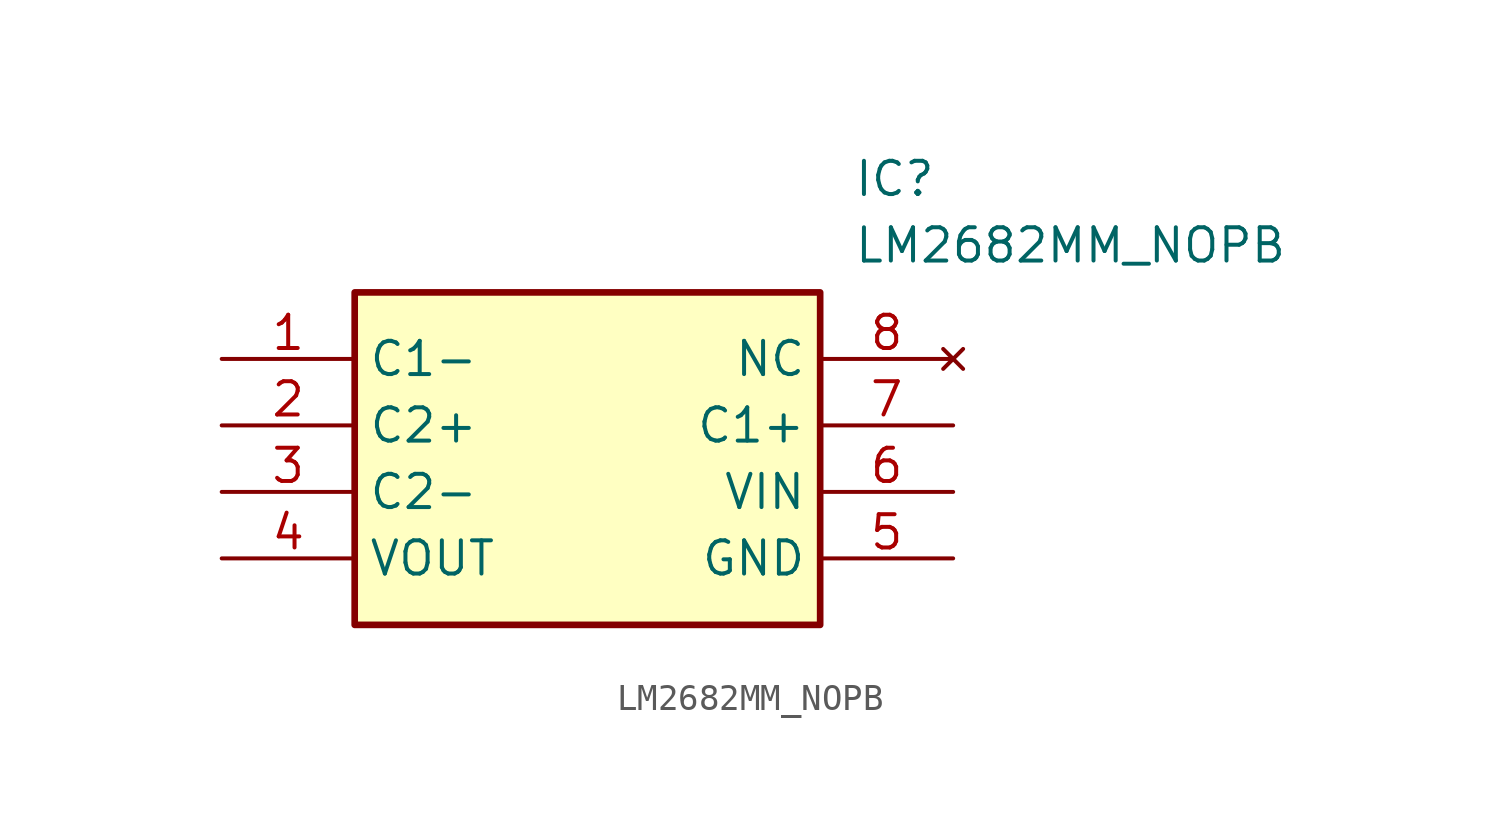
<source format=kicad_sym>
(kicad_symbol_lib
  (version 20211014)
  (generator SamacSys_ECAD_Model)
  (symbol "LM2682MM_NOPB"
    (property "Reference" "IC"
      (at 24.13 7.62 0)
      (effects (font (size 1.27 1.27)) (justify left top)))
    (property "Value" "LM2682MM_NOPB"
      (at 24.13 5.08 0)
      (effects (font (size 1.27 1.27)) (justify left top)))
    (rectangle
      (start 5.08 2.54)
      (end 22.86 -10.16)
      (stroke (width 0.254) (type default))
      (fill (type background)))
    (pin passive line
      (at 0 0 0)
      (length 5.08)
      (name "C1-" (effects (font (size 1.27 1.27))))
      (number "1" (effects (font (size 1.27 1.27)))))
    (pin passive line
      (at 0 -2.54 0)
      (length 5.08)
      (name "C2+" (effects (font (size 1.27 1.27))))
      (number "2" (effects (font (size 1.27 1.27)))))
    (pin passive line
      (at 0 -5.08 0)
      (length 5.08)
      (name "C2-" (effects (font (size 1.27 1.27))))
      (number "3" (effects (font (size 1.27 1.27)))))
    (pin passive line
      (at 0 -7.62 0)
      (length 5.08)
      (name "VOUT" (effects (font (size 1.27 1.27))))
      (number "4" (effects (font (size 1.27 1.27)))))
    (pin no_connect line
      (at 27.94 0 180)
      (length 5.08)
      (name "NC" (effects (font (size 1.27 1.27))))
      (number "8" (effects (font (size 1.27 1.27)))))
    (pin passive line
      (at 27.94 -2.54 180)
      (length 5.08)
      (name "C1+" (effects (font (size 1.27 1.27))))
      (number "7" (effects (font (size 1.27 1.27)))))
    (pin passive line
      (at 27.94 -5.08 180)
      (length 5.08)
      (name "VIN" (effects (font (size 1.27 1.27))))
      (number "6" (effects (font (size 1.27 1.27)))))
    (pin passive line
      (at 27.94 -7.62 180)
      (length 5.08)
      (name "GND" (effects (font (size 1.27 1.27))))
      (number "5" (effects (font (size 1.27 1.27)))))))
</source>
